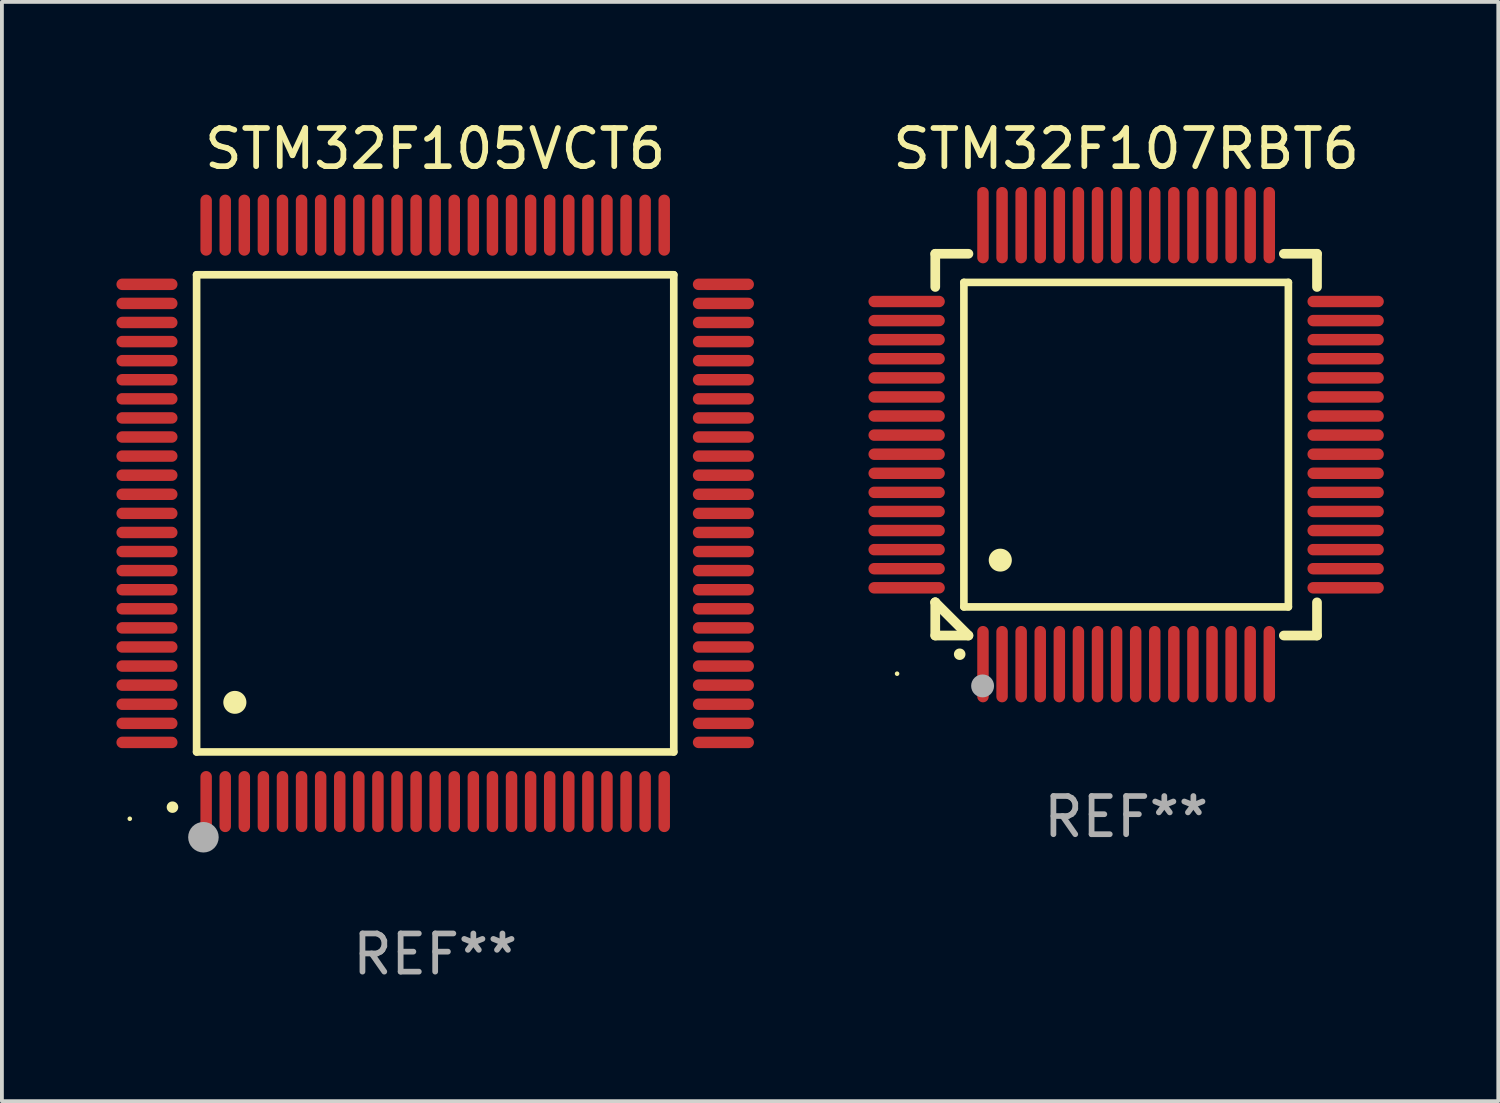
<source format=kicad_pcb>
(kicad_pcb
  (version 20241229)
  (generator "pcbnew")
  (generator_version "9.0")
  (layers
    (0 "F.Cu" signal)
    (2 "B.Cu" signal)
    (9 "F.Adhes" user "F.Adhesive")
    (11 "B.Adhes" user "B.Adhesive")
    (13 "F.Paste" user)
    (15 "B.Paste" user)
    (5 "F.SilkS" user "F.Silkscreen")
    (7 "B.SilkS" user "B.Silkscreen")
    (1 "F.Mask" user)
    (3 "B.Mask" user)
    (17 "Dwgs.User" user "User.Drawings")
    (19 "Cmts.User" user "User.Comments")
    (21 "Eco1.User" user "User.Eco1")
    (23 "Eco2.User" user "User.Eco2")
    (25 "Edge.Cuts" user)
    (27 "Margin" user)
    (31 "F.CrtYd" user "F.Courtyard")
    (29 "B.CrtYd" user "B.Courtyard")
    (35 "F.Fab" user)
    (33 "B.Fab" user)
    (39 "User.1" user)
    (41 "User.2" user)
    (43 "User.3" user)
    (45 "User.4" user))
  (footprint "STM32F107RBT6"
    (layer "F.Cu")
    (at 26.45 8.598)
    (property "Reference" "STM32F107RBT6" (at 0 -7.75 0) (layer "F.SilkS") (effects (font (size 1 1) (thickness 0.15))))
    (attr through_hole)
    (fp_line (start -5 -5) (end -4.131 -5) (stroke (width 0.254) (type solid)) (layer "F.SilkS"))
    (fp_line (start -5 -4.131) (end -5 -5) (stroke (width 0.254) (type solid)) (layer "F.SilkS"))
    (fp_line (start -5 4.131) (end -5 4.131) (stroke (width 0.254) (type solid)) (layer "F.SilkS"))
    (fp_line (start -5 5) (end -5 4.131) (stroke (width 0.254) (type solid)) (layer "F.SilkS"))
    (fp_line (start -5 4.131) (end -4.131 5) (stroke (width 0.254) (type solid)) (layer "F.SilkS"))
    (fp_line (start -4.25 -4.25) (end -4.25 4.25) (stroke (width 0.2) (type solid)) (layer "F.SilkS"))
    (fp_line (start -4.25 4.25) (end 4.25 4.25) (stroke (width 0.2) (type solid)) (layer "F.SilkS"))
    (fp_line (start -4.131 5) (end -5 5) (stroke (width 0.254) (type solid)) (layer "F.SilkS"))
    (fp_line (start 4.25 -4.25) (end -4.25 -4.25) (stroke (width 0.2) (type solid)) (layer "F.SilkS"))
    (fp_line (start 4.25 4.25) (end 4.25 -4.25) (stroke (width 0.2) (type solid)) (layer "F.SilkS"))
    (fp_line (start 5 -5) (end 4.131 -5) (stroke (width 0.254) (type solid)) (layer "F.SilkS"))
    (fp_line (start 5 -5) (end 5 -4.131) (stroke (width 0.254) (type solid)) (layer "F.SilkS"))
    (fp_line (start 5 4.131) (end 5 5) (stroke (width 0.254) (type solid)) (layer "F.SilkS"))
    (fp_line (start 5 5) (end 4.131 5) (stroke (width 0.254) (type solid)) (layer "F.SilkS"))
    (fp_arc (start -4.361265 5.489992) (mid -4.359995 5.489987) (end -4.358725 5.489992) (stroke (width 0.3) (type solid)) (layer "F.SilkS"))
    (fp_arc (start -3.299467 3.025146) (mid -3.296927 3.025135) (end -3.294387 3.025146) (stroke (width 0.6) (type solid)) (layer "F.SilkS"))
    (fp_circle (center -6 6) (end -5.97 6) (stroke (width 0.06) (type solid)) (fill no) (layer "F.SilkS"))
    (fp_circle (center -3.76 6.32) (end -3.61 6.32) (stroke (width 0.3) (type solid)) (fill no) (layer "F.Fab"))
    (fp_text user "REF**" (at 0 9.75 0) (layer "F.Fab") (effects (font (size 1 1) (thickness 0.15))))
    (pad "1" smd oval (at -3.75 5.75) (size 0.3 2) (layers "F.Cu" "F.Mask" "F.Paste"))
    (pad "2" smd oval (at -3.25 5.75) (size 0.3 2) (layers "F.Cu" "F.Mask" "F.Paste"))
    (pad "3" smd oval (at -2.75 5.75) (size 0.3 2) (layers "F.Cu" "F.Mask" "F.Paste"))
    (pad "4" smd oval (at -2.25 5.75) (size 0.3 2) (layers "F.Cu" "F.Mask" "F.Paste"))
    (pad "5" smd oval (at -1.75 5.75) (size 0.3 2) (layers "F.Cu" "F.Mask" "F.Paste"))
    (pad "6" smd oval (at -1.25 5.75) (size 0.3 2) (layers "F.Cu" "F.Mask" "F.Paste"))
    (pad "7" smd oval (at -0.75 5.75) (size 0.3 2) (layers "F.Cu" "F.Mask" "F.Paste"))
    (pad "8" smd oval (at -0.25 5.75) (size 0.3 2) (layers "F.Cu" "F.Mask" "F.Paste"))
    (pad "9" smd oval (at 0.25 5.75) (size 0.3 2) (layers "F.Cu" "F.Mask" "F.Paste"))
    (pad "10" smd oval (at 0.75 5.75) (size 0.3 2) (layers "F.Cu" "F.Mask" "F.Paste"))
    (pad "11" smd oval (at 1.25 5.75) (size 0.3 2) (layers "F.Cu" "F.Mask" "F.Paste"))
    (pad "12" smd oval (at 1.75 5.75) (size 0.3 2) (layers "F.Cu" "F.Mask" "F.Paste"))
    (pad "13" smd oval (at 2.25 5.75) (size 0.3 2) (layers "F.Cu" "F.Mask" "F.Paste"))
    (pad "14" smd oval (at 2.75 5.75) (size 0.3 2) (layers "F.Cu" "F.Mask" "F.Paste"))
    (pad "15" smd oval (at 3.25 5.75) (size 0.3 2) (layers "F.Cu" "F.Mask" "F.Paste"))
    (pad "16" smd oval (at 3.75 5.75) (size 0.3 2) (layers "F.Cu" "F.Mask" "F.Paste"))
    (pad "17" smd oval (at 5.75 3.75) (size 2 0.3) (layers "F.Cu" "F.Mask" "F.Paste"))
    (pad "18" smd oval (at 5.75 3.25) (size 2 0.3) (layers "F.Cu" "F.Mask" "F.Paste"))
    (pad "19" smd oval (at 5.75 2.75) (size 2 0.3) (layers "F.Cu" "F.Mask" "F.Paste"))
    (pad "20" smd oval (at 5.75 2.25) (size 2 0.3) (layers "F.Cu" "F.Mask" "F.Paste"))
    (pad "21" smd oval (at 5.75 1.75) (size 2 0.3) (layers "F.Cu" "F.Mask" "F.Paste"))
    (pad "22" smd oval (at 5.75 1.25) (size 2 0.3) (layers "F.Cu" "F.Mask" "F.Paste"))
    (pad "23" smd oval (at 5.75 0.75) (size 2 0.3) (layers "F.Cu" "F.Mask" "F.Paste"))
    (pad "24" smd oval (at 5.75 0.25) (size 2 0.3) (layers "F.Cu" "F.Mask" "F.Paste"))
    (pad "25" smd oval (at 5.75 -0.25) (size 2 0.3) (layers "F.Cu" "F.Mask" "F.Paste"))
    (pad "26" smd oval (at 5.75 -0.75) (size 2 0.3) (layers "F.Cu" "F.Mask" "F.Paste"))
    (pad "27" smd oval (at 5.75 -1.25) (size 2 0.3) (layers "F.Cu" "F.Mask" "F.Paste"))
    (pad "28" smd oval (at 5.75 -1.75) (size 2 0.3) (layers "F.Cu" "F.Mask" "F.Paste"))
    (pad "29" smd oval (at 5.75 -2.25) (size 2 0.3) (layers "F.Cu" "F.Mask" "F.Paste"))
    (pad "30" smd oval (at 5.75 -2.75) (size 2 0.3) (layers "F.Cu" "F.Mask" "F.Paste"))
    (pad "31" smd oval (at 5.75 -3.25) (size 2 0.3) (layers "F.Cu" "F.Mask" "F.Paste"))
    (pad "32" smd oval (at 5.75 -3.75) (size 2 0.3) (layers "F.Cu" "F.Mask" "F.Paste"))
    (pad "33" smd oval (at 3.75 -5.75) (size 0.3 2) (layers "F.Cu" "F.Mask" "F.Paste"))
    (pad "34" smd oval (at 3.25 -5.75) (size 0.3 2) (layers "F.Cu" "F.Mask" "F.Paste"))
    (pad "35" smd oval (at 2.75 -5.75) (size 0.3 2) (layers "F.Cu" "F.Mask" "F.Paste"))
    (pad "36" smd oval (at 2.25 -5.75) (size 0.3 2) (layers "F.Cu" "F.Mask" "F.Paste"))
    (pad "37" smd oval (at 1.75 -5.75) (size 0.3 2) (layers "F.Cu" "F.Mask" "F.Paste"))
    (pad "38" smd oval (at 1.25 -5.75) (size 0.3 2) (layers "F.Cu" "F.Mask" "F.Paste"))
    (pad "39" smd oval (at 0.75 -5.75) (size 0.3 2) (layers "F.Cu" "F.Mask" "F.Paste"))
    (pad "40" smd oval (at 0.25 -5.75) (size 0.3 2) (layers "F.Cu" "F.Mask" "F.Paste"))
    (pad "41" smd oval (at -0.25 -5.75) (size 0.3 2) (layers "F.Cu" "F.Mask" "F.Paste"))
    (pad "42" smd oval (at -0.75 -5.75) (size 0.3 2) (layers "F.Cu" "F.Mask" "F.Paste"))
    (pad "43" smd oval (at -1.25 -5.75) (size 0.3 2) (layers "F.Cu" "F.Mask" "F.Paste"))
    (pad "44" smd oval (at -1.75 -5.75) (size 0.3 2) (layers "F.Cu" "F.Mask" "F.Paste"))
    (pad "45" smd oval (at -2.25 -5.75) (size 0.3 2) (layers "F.Cu" "F.Mask" "F.Paste"))
    (pad "46" smd oval (at -2.75 -5.75) (size 0.3 2) (layers "F.Cu" "F.Mask" "F.Paste"))
    (pad "47" smd oval (at -3.25 -5.75) (size 0.3 2) (layers "F.Cu" "F.Mask" "F.Paste"))
    (pad "48" smd oval (at -3.75 -5.75) (size 0.3 2) (layers "F.Cu" "F.Mask" "F.Paste"))
    (pad "49" smd oval (at -5.75 -3.75) (size 2 0.3) (layers "F.Cu" "F.Mask" "F.Paste"))
    (pad "50" smd oval (at -5.75 -3.25) (size 2 0.3) (layers "F.Cu" "F.Mask" "F.Paste"))
    (pad "51" smd oval (at -5.75 -2.75) (size 2 0.3) (layers "F.Cu" "F.Mask" "F.Paste"))
    (pad "52" smd oval (at -5.75 -2.25) (size 2 0.3) (layers "F.Cu" "F.Mask" "F.Paste"))
    (pad "53" smd oval (at -5.75 -1.75) (size 2 0.3) (layers "F.Cu" "F.Mask" "F.Paste"))
    (pad "54" smd oval (at -5.75 -1.25) (size 2 0.3) (layers "F.Cu" "F.Mask" "F.Paste"))
    (pad "55" smd oval (at -5.75 -0.75) (size 2 0.3) (layers "F.Cu" "F.Mask" "F.Paste"))
    (pad "56" smd oval (at -5.75 -0.25) (size 2 0.3) (layers "F.Cu" "F.Mask" "F.Paste"))
    (pad "57" smd oval (at -5.75 0.25) (size 2 0.3) (layers "F.Cu" "F.Mask" "F.Paste"))
    (pad "58" smd oval (at -5.75 0.75) (size 2 0.3) (layers "F.Cu" "F.Mask" "F.Paste"))
    (pad "59" smd oval (at -5.75 1.25) (size 2 0.3) (layers "F.Cu" "F.Mask" "F.Paste"))
    (pad "60" smd oval (at -5.75 1.75) (size 2 0.3) (layers "F.Cu" "F.Mask" "F.Paste"))
    (pad "61" smd oval (at -5.75 2.25) (size 2 0.3) (layers "F.Cu" "F.Mask" "F.Paste"))
    (pad "62" smd oval (at -5.75 2.75) (size 2 0.3) (layers "F.Cu" "F.Mask" "F.Paste"))
    (pad "63" smd oval (at -5.75 3.25) (size 2 0.3) (layers "F.Cu" "F.Mask" "F.Paste"))
    (pad "64" smd oval (at -5.75 3.75) (size 2 0.3) (layers "F.Cu" "F.Mask" "F.Paste")))
  (footprint "STM32F105VCT6"
    (layer "F.Cu")
    (at 8.35 10.398)
    (property "Reference" "STM32F105VCT6" (at 0 -9.55 0) (layer "F.SilkS") (effects (font (size 1 1) (thickness 0.15))))
    (attr through_hole)
    (fp_line (start -6.25 -6.25) (end -6.25 6.25) (stroke (width 0.2) (type solid)) (layer "F.SilkS"))
    (fp_line (start -6.25 6.25) (end 6.25 6.25) (stroke (width 0.2) (type solid)) (layer "F.SilkS"))
    (fp_line (start 6.25 -6.25) (end -6.25 -6.25) (stroke (width 0.2) (type solid)) (layer "F.SilkS"))
    (fp_line (start 6.25 6.25) (end 6.25 -6.25) (stroke (width 0.2) (type solid)) (layer "F.SilkS"))
    (fp_arc (start -6.883414 7.696215) (mid -6.882144 7.69621) (end -6.880874 7.696215) (stroke (width 0.3) (type solid)) (layer "F.SilkS"))
    (fp_arc (start -5.250191 4.95047) (mid -5.247651 4.950459) (end -5.245111 4.95047) (stroke (width 0.6) (type solid)) (layer "F.SilkS"))
    (fp_circle (center -8 8) (end -7.97 8) (stroke (width 0.06) (type solid)) (fill no) (layer "F.SilkS"))
    (fp_circle (center -6.071 8.484) (end -5.871 8.484) (stroke (width 0.4) (type solid)) (fill no) (layer "F.Fab"))
    (fp_text user "REF**" (at 0 11.55 0) (layer "F.Fab") (effects (font (size 1 1) (thickness 0.15))))
    (pad "1" smd oval (at -6 7.55) (size 0.3 1.6) (layers "F.Cu" "F.Mask" "F.Paste"))
    (pad "2" smd oval (at -5.5 7.55) (size 0.3 1.6) (layers "F.Cu" "F.Mask" "F.Paste"))
    (pad "3" smd oval (at -5 7.55) (size 0.3 1.6) (layers "F.Cu" "F.Mask" "F.Paste"))
    (pad "4" smd oval (at -4.5 7.55) (size 0.3 1.6) (layers "F.Cu" "F.Mask" "F.Paste"))
    (pad "5" smd oval (at -4 7.55) (size 0.3 1.6) (layers "F.Cu" "F.Mask" "F.Paste"))
    (pad "6" smd oval (at -3.5 7.55) (size 0.3 1.6) (layers "F.Cu" "F.Mask" "F.Paste"))
    (pad "7" smd oval (at -3 7.55) (size 0.3 1.6) (layers "F.Cu" "F.Mask" "F.Paste"))
    (pad "8" smd oval (at -2.5 7.55) (size 0.3 1.6) (layers "F.Cu" "F.Mask" "F.Paste"))
    (pad "9" smd oval (at -2 7.55) (size 0.3 1.6) (layers "F.Cu" "F.Mask" "F.Paste"))
    (pad "10" smd oval (at -1.5 7.55) (size 0.3 1.6) (layers "F.Cu" "F.Mask" "F.Paste"))
    (pad "11" smd oval (at -1 7.55) (size 0.3 1.6) (layers "F.Cu" "F.Mask" "F.Paste"))
    (pad "12" smd oval (at -0.5 7.55) (size 0.3 1.6) (layers "F.Cu" "F.Mask" "F.Paste"))
    (pad "13" smd oval (at 0 7.55) (size 0.3 1.6) (layers "F.Cu" "F.Mask" "F.Paste"))
    (pad "14" smd oval (at 0.5 7.55) (size 0.3 1.6) (layers "F.Cu" "F.Mask" "F.Paste"))
    (pad "15" smd oval (at 1 7.55) (size 0.3 1.6) (layers "F.Cu" "F.Mask" "F.Paste"))
    (pad "16" smd oval (at 1.5 7.55) (size 0.3 1.6) (layers "F.Cu" "F.Mask" "F.Paste"))
    (pad "17" smd oval (at 2 7.55) (size 0.3 1.6) (layers "F.Cu" "F.Mask" "F.Paste"))
    (pad "18" smd oval (at 2.5 7.55) (size 0.3 1.6) (layers "F.Cu" "F.Mask" "F.Paste"))
    (pad "19" smd oval (at 3 7.55) (size 0.3 1.6) (layers "F.Cu" "F.Mask" "F.Paste"))
    (pad "20" smd oval (at 3.5 7.55) (size 0.3 1.6) (layers "F.Cu" "F.Mask" "F.Paste"))
    (pad "21" smd oval (at 4 7.55) (size 0.3 1.6) (layers "F.Cu" "F.Mask" "F.Paste"))
    (pad "22" smd oval (at 4.5 7.55) (size 0.3 1.6) (layers "F.Cu" "F.Mask" "F.Paste"))
    (pad "23" smd oval (at 5 7.55) (size 0.3 1.6) (layers "F.Cu" "F.Mask" "F.Paste"))
    (pad "24" smd oval (at 5.5 7.55) (size 0.3 1.6) (layers "F.Cu" "F.Mask" "F.Paste"))
    (pad "25" smd oval (at 6 7.55) (size 0.3 1.6) (layers "F.Cu" "F.Mask" "F.Paste"))
    (pad "26" smd oval (at 7.55 6) (size 1.6 0.3) (layers "F.Cu" "F.Mask" "F.Paste"))
    (pad "27" smd oval (at 7.55 5.5) (size 1.6 0.3) (layers "F.Cu" "F.Mask" "F.Paste"))
    (pad "28" smd oval (at 7.55 5) (size 1.6 0.3) (layers "F.Cu" "F.Mask" "F.Paste"))
    (pad "29" smd oval (at 7.55 4.5) (size 1.6 0.3) (layers "F.Cu" "F.Mask" "F.Paste"))
    (pad "30" smd oval (at 7.55 4) (size 1.6 0.3) (layers "F.Cu" "F.Mask" "F.Paste"))
    (pad "31" smd oval (at 7.55 3.5) (size 1.6 0.3) (layers "F.Cu" "F.Mask" "F.Paste"))
    (pad "32" smd oval (at 7.55 3) (size 1.6 0.3) (layers "F.Cu" "F.Mask" "F.Paste"))
    (pad "33" smd oval (at 7.55 2.5) (size 1.6 0.3) (layers "F.Cu" "F.Mask" "F.Paste"))
    (pad "34" smd oval (at 7.55 2) (size 1.6 0.3) (layers "F.Cu" "F.Mask" "F.Paste"))
    (pad "35" smd oval (at 7.55 1.5) (size 1.6 0.3) (layers "F.Cu" "F.Mask" "F.Paste"))
    (pad "36" smd oval (at 7.55 1) (size 1.6 0.3) (layers "F.Cu" "F.Mask" "F.Paste"))
    (pad "37" smd oval (at 7.55 0.5) (size 1.6 0.3) (layers "F.Cu" "F.Mask" "F.Paste"))
    (pad "38" smd oval (at 7.55 0) (size 1.6 0.3) (layers "F.Cu" "F.Mask" "F.Paste"))
    (pad "39" smd oval (at 7.55 -0.5) (size 1.6 0.3) (layers "F.Cu" "F.Mask" "F.Paste"))
    (pad "40" smd oval (at 7.55 -1) (size 1.6 0.3) (layers "F.Cu" "F.Mask" "F.Paste"))
    (pad "41" smd oval (at 7.55 -1.5) (size 1.6 0.3) (layers "F.Cu" "F.Mask" "F.Paste"))
    (pad "42" smd oval (at 7.55 -2) (size 1.6 0.3) (layers "F.Cu" "F.Mask" "F.Paste"))
    (pad "43" smd oval (at 7.55 -2.5) (size 1.6 0.3) (layers "F.Cu" "F.Mask" "F.Paste"))
    (pad "44" smd oval (at 7.55 -3) (size 1.6 0.3) (layers "F.Cu" "F.Mask" "F.Paste"))
    (pad "45" smd oval (at 7.55 -3.5) (size 1.6 0.3) (layers "F.Cu" "F.Mask" "F.Paste"))
    (pad "46" smd oval (at 7.55 -4) (size 1.6 0.3) (layers "F.Cu" "F.Mask" "F.Paste"))
    (pad "47" smd oval (at 7.55 -4.5) (size 1.6 0.3) (layers "F.Cu" "F.Mask" "F.Paste"))
    (pad "48" smd oval (at 7.55 -5) (size 1.6 0.3) (layers "F.Cu" "F.Mask" "F.Paste"))
    (pad "49" smd oval (at 7.55 -5.5) (size 1.6 0.3) (layers "F.Cu" "F.Mask" "F.Paste"))
    (pad "50" smd oval (at 7.55 -6) (size 1.6 0.3) (layers "F.Cu" "F.Mask" "F.Paste"))
    (pad "51" smd oval (at 6 -7.55) (size 0.3 1.6) (layers "F.Cu" "F.Mask" "F.Paste"))
    (pad "52" smd oval (at 5.5 -7.55) (size 0.3 1.6) (layers "F.Cu" "F.Mask" "F.Paste"))
    (pad "53" smd oval (at 5 -7.55) (size 0.3 1.6) (layers "F.Cu" "F.Mask" "F.Paste"))
    (pad "54" smd oval (at 4.5 -7.55) (size 0.3 1.6) (layers "F.Cu" "F.Mask" "F.Paste"))
    (pad "55" smd oval (at 4 -7.55) (size 0.3 1.6) (layers "F.Cu" "F.Mask" "F.Paste"))
    (pad "56" smd oval (at 3.5 -7.55) (size 0.3 1.6) (layers "F.Cu" "F.Mask" "F.Paste"))
    (pad "57" smd oval (at 3 -7.55) (size 0.3 1.6) (layers "F.Cu" "F.Mask" "F.Paste"))
    (pad "58" smd oval (at 2.5 -7.55) (size 0.3 1.6) (layers "F.Cu" "F.Mask" "F.Paste"))
    (pad "59" smd oval (at 2 -7.55) (size 0.3 1.6) (layers "F.Cu" "F.Mask" "F.Paste"))
    (pad "60" smd oval (at 1.5 -7.55) (size 0.3 1.6) (layers "F.Cu" "F.Mask" "F.Paste"))
    (pad "61" smd oval (at 1 -7.55) (size 0.3 1.6) (layers "F.Cu" "F.Mask" "F.Paste"))
    (pad "62" smd oval (at 0.5 -7.55) (size 0.3 1.6) (layers "F.Cu" "F.Mask" "F.Paste"))
    (pad "63" smd oval (at 0 -7.55) (size 0.3 1.6) (layers "F.Cu" "F.Mask" "F.Paste"))
    (pad "64" smd oval (at -0.5 -7.55) (size 0.3 1.6) (layers "F.Cu" "F.Mask" "F.Paste"))
    (pad "65" smd oval (at -1 -7.55) (size 0.3 1.6) (layers "F.Cu" "F.Mask" "F.Paste"))
    (pad "66" smd oval (at -1.5 -7.55) (size 0.3 1.6) (layers "F.Cu" "F.Mask" "F.Paste"))
    (pad "67" smd oval (at -2 -7.55) (size 0.3 1.6) (layers "F.Cu" "F.Mask" "F.Paste"))
    (pad "68" smd oval (at -2.5 -7.55) (size 0.3 1.6) (layers "F.Cu" "F.Mask" "F.Paste"))
    (pad "69" smd oval (at -3 -7.55) (size 0.3 1.6) (layers "F.Cu" "F.Mask" "F.Paste"))
    (pad "70" smd oval (at -3.5 -7.55) (size 0.3 1.6) (layers "F.Cu" "F.Mask" "F.Paste"))
    (pad "71" smd oval (at -4 -7.55) (size 0.3 1.6) (layers "F.Cu" "F.Mask" "F.Paste"))
    (pad "72" smd oval (at -4.5 -7.55) (size 0.3 1.6) (layers "F.Cu" "F.Mask" "F.Paste"))
    (pad "73" smd oval (at -5 -7.55) (size 0.3 1.6) (layers "F.Cu" "F.Mask" "F.Paste"))
    (pad "74" smd oval (at -5.5 -7.55) (size 0.3 1.6) (layers "F.Cu" "F.Mask" "F.Paste"))
    (pad "75" smd oval (at -6 -7.55) (size 0.3 1.6) (layers "F.Cu" "F.Mask" "F.Paste"))
    (pad "76" smd oval (at -7.55 -6) (size 1.6 0.3) (layers "F.Cu" "F.Mask" "F.Paste"))
    (pad "77" smd oval (at -7.55 -5.5) (size 1.6 0.3) (layers "F.Cu" "F.Mask" "F.Paste"))
    (pad "78" smd oval (at -7.55 -5) (size 1.6 0.3) (layers "F.Cu" "F.Mask" "F.Paste"))
    (pad "79" smd oval (at -7.55 -4.5) (size 1.6 0.3) (layers "F.Cu" "F.Mask" "F.Paste"))
    (pad "80" smd oval (at -7.55 -4) (size 1.6 0.3) (layers "F.Cu" "F.Mask" "F.Paste"))
    (pad "81" smd oval (at -7.55 -3.5) (size 1.6 0.3) (layers "F.Cu" "F.Mask" "F.Paste"))
    (pad "82" smd oval (at -7.55 -3) (size 1.6 0.3) (layers "F.Cu" "F.Mask" "F.Paste"))
    (pad "83" smd oval (at -7.55 -2.5) (size 1.6 0.3) (layers "F.Cu" "F.Mask" "F.Paste"))
    (pad "84" smd oval (at -7.55 -2) (size 1.6 0.3) (layers "F.Cu" "F.Mask" "F.Paste"))
    (pad "85" smd oval (at -7.55 -1.5) (size 1.6 0.3) (layers "F.Cu" "F.Mask" "F.Paste"))
    (pad "86" smd oval (at -7.55 -1) (size 1.6 0.3) (layers "F.Cu" "F.Mask" "F.Paste"))
    (pad "87" smd oval (at -7.55 -0.5) (size 1.6 0.3) (layers "F.Cu" "F.Mask" "F.Paste"))
    (pad "88" smd oval (at -7.55 0) (size 1.6 0.3) (layers "F.Cu" "F.Mask" "F.Paste"))
    (pad "89" smd oval (at -7.55 0.5) (size 1.6 0.3) (layers "F.Cu" "F.Mask" "F.Paste"))
    (pad "90" smd oval (at -7.55 1) (size 1.6 0.3) (layers "F.Cu" "F.Mask" "F.Paste"))
    (pad "91" smd oval (at -7.55 1.5) (size 1.6 0.3) (layers "F.Cu" "F.Mask" "F.Paste"))
    (pad "92" smd oval (at -7.55 2) (size 1.6 0.3) (layers "F.Cu" "F.Mask" "F.Paste"))
    (pad "93" smd oval (at -7.55 2.5) (size 1.6 0.3) (layers "F.Cu" "F.Mask" "F.Paste"))
    (pad "94" smd oval (at -7.55 3) (size 1.6 0.3) (layers "F.Cu" "F.Mask" "F.Paste"))
    (pad "95" smd oval (at -7.55 3.5) (size 1.6 0.3) (layers "F.Cu" "F.Mask" "F.Paste"))
    (pad "96" smd oval (at -7.55 4) (size 1.6 0.3) (layers "F.Cu" "F.Mask" "F.Paste"))
    (pad "97" smd oval (at -7.55 4.5) (size 1.6 0.3) (layers "F.Cu" "F.Mask" "F.Paste"))
    (pad "98" smd oval (at -7.55 5) (size 1.6 0.3) (layers "F.Cu" "F.Mask" "F.Paste"))
    (pad "99" smd oval (at -7.55 5.5) (size 1.6 0.3) (layers "F.Cu" "F.Mask" "F.Paste"))
    (pad "100" smd oval (at -7.55 6) (size 1.6 0.3) (layers "F.Cu" "F.Mask" "F.Paste")))
  (gr_rect
    (start -3 -3)
    (end 36.199 25.796)
    (stroke (width 0.1) (type default))
    (fill no)
    (layer "Edge.Cuts")))
</source>
